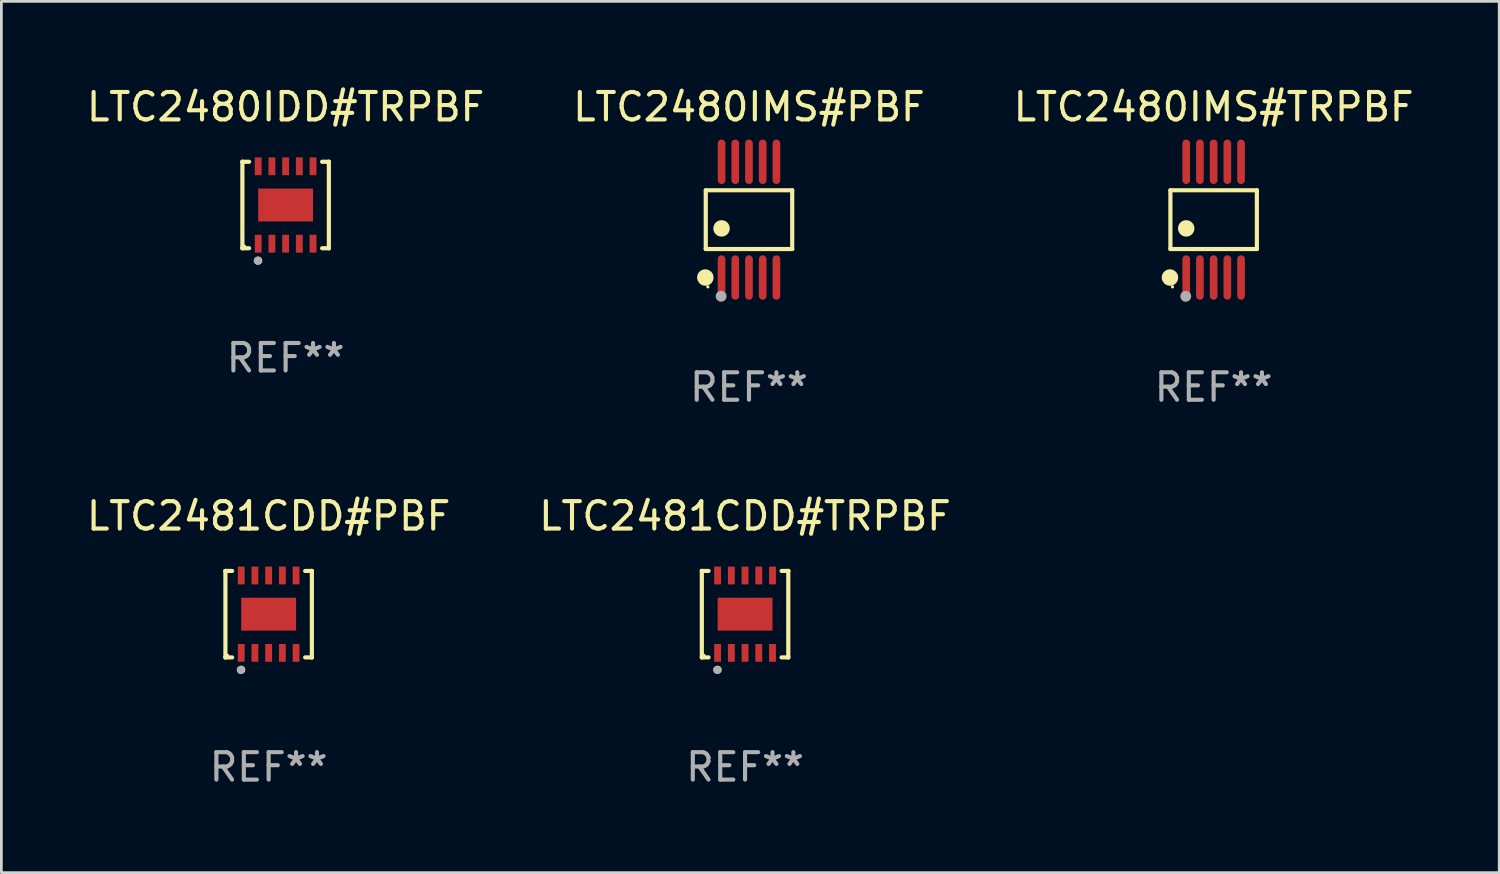
<source format=kicad_pcb>
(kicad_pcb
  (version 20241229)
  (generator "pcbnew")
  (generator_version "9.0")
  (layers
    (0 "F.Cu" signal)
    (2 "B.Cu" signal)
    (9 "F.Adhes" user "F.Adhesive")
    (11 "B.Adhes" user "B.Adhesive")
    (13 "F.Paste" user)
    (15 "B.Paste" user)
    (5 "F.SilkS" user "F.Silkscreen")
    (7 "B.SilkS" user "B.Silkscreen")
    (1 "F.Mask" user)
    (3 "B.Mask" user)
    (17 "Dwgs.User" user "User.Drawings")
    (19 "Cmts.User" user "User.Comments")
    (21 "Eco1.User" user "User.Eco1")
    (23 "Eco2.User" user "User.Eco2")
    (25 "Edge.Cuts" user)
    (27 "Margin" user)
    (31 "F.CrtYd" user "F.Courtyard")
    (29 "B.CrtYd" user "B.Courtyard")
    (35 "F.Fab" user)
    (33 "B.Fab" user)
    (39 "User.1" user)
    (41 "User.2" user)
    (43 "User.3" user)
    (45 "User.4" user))
  (footprint "LTC2481CDD#TRPBF"
    (layer "F.Cu")
    (at 24.113 19.341)
    (property "Reference" "LTC2481CDD#TRPBF" (at 0 -3.576 0) (layer "F.SilkS") (effects (font (size 1 1) (thickness 0.15))))
    (attr through_hole)
    (fp_line (start -1.576 -1.576) (end -1.576 -1.576) (stroke (width 0.152) (type solid)) (layer "F.SilkS"))
    (fp_line (start -1.576 -1.576) (end -1.331 -1.576) (stroke (width 0.152) (type solid)) (layer "F.SilkS"))
    (fp_line (start -1.576 1.576) (end -1.576 -1.576) (stroke (width 0.152) (type solid)) (layer "F.SilkS"))
    (fp_line (start -1.576 1.576) (end -1.576 1.576) (stroke (width 0.152) (type solid)) (layer "F.SilkS"))
    (fp_line (start -1.331 1.576) (end -1.576 1.576) (stroke (width 0.152) (type solid)) (layer "F.SilkS"))
    (fp_line (start 1.331 1.576) (end 1.576 1.576) (stroke (width 0.152) (type solid)) (layer "F.SilkS"))
    (fp_line (start 1.576 -1.576) (end 1.331 -1.576) (stroke (width 0.152) (type solid)) (layer "F.SilkS"))
    (fp_line (start 1.576 -1.576) (end 1.576 -1.576) (stroke (width 0.152) (type solid)) (layer "F.SilkS"))
    (fp_line (start 1.576 1.576) (end 1.576 -1.576) (stroke (width 0.152) (type solid)) (layer "F.SilkS"))
    (fp_line (start 1.576 1.576) (end 1.576 1.576) (stroke (width 0.152) (type solid)) (layer "F.SilkS"))
    (fp_circle (center -1.5 1.5) (end -1.47 1.5) (stroke (width 0.06) (type solid)) (fill no) (layer "F.SilkS"))
    (fp_circle (center -1 2.028) (end -0.925 2.028) (stroke (width 0.15) (type solid)) (fill no) (layer "F.SilkS"))
    (fp_circle (center -1.016 2.032) (end -0.941 2.032) (stroke (width 0.15) (type solid)) (fill no) (layer "F.Fab"))
    (fp_text user "REF**" (at 0 5.576 0) (layer "F.Fab") (effects (font (size 1 1) (thickness 0.15))))
    (pad "1" smd rect (at -1 1.411) (size 0.25 0.65) (layers "F.Cu" "F.Mask" "F.Paste"))
    (pad "2" smd rect (at -0.5 1.411) (size 0.25 0.65) (layers "F.Cu" "F.Mask" "F.Paste"))
    (pad "3" smd rect (at 0 1.411) (size 0.25 0.65) (layers "F.Cu" "F.Mask" "F.Paste"))
    (pad "4" smd rect (at 0.5 1.411) (size 0.25 0.65) (layers "F.Cu" "F.Mask" "F.Paste"))
    (pad "5" smd rect (at 1 1.411) (size 0.25 0.65) (layers "F.Cu" "F.Mask" "F.Paste"))
    (pad "6" smd rect (at 1 -1.411) (size 0.25 0.65) (layers "F.Cu" "F.Mask" "F.Paste"))
    (pad "7" smd rect (at 0.5 -1.411) (size 0.25 0.65) (layers "F.Cu" "F.Mask" "F.Paste"))
    (pad "8" smd rect (at 0 -1.411) (size 0.25 0.65) (layers "F.Cu" "F.Mask" "F.Paste"))
    (pad "9" smd rect (at -0.5 -1.411) (size 0.25 0.65) (layers "F.Cu" "F.Mask" "F.Paste"))
    (pad "10" smd rect (at -1 -1.411) (size 0.25 0.65) (layers "F.Cu" "F.Mask" "F.Paste"))
    (pad "11" smd rect (at 0 0) (size 2 1.2) (layers "F.Cu" "F.Mask" "F.Paste")))
  (footprint "LTC2480IDD#TRPBF"
    (layer "F.Cu")
    (at 7.363 4.424)
    (property "Reference" "LTC2480IDD#TRPBF" (at 0 -3.576 0) (layer "F.SilkS") (effects (font (size 1 1) (thickness 0.15))))
    (attr through_hole)
    (fp_line (start -1.576 -1.576) (end -1.576 -1.576) (stroke (width 0.152) (type solid)) (layer "F.SilkS"))
    (fp_line (start -1.576 -1.576) (end -1.331 -1.576) (stroke (width 0.152) (type solid)) (layer "F.SilkS"))
    (fp_line (start -1.576 1.576) (end -1.576 -1.576) (stroke (width 0.152) (type solid)) (layer "F.SilkS"))
    (fp_line (start -1.576 1.576) (end -1.576 1.576) (stroke (width 0.152) (type solid)) (layer "F.SilkS"))
    (fp_line (start -1.331 1.576) (end -1.576 1.576) (stroke (width 0.152) (type solid)) (layer "F.SilkS"))
    (fp_line (start 1.331 1.576) (end 1.576 1.576) (stroke (width 0.152) (type solid)) (layer "F.SilkS"))
    (fp_line (start 1.576 -1.576) (end 1.331 -1.576) (stroke (width 0.152) (type solid)) (layer "F.SilkS"))
    (fp_line (start 1.576 -1.576) (end 1.576 -1.576) (stroke (width 0.152) (type solid)) (layer "F.SilkS"))
    (fp_line (start 1.576 1.576) (end 1.576 -1.576) (stroke (width 0.152) (type solid)) (layer "F.SilkS"))
    (fp_line (start 1.576 1.576) (end 1.576 1.576) (stroke (width 0.152) (type solid)) (layer "F.SilkS"))
    (fp_circle (center -1.5 1.5) (end -1.47 1.5) (stroke (width 0.06) (type solid)) (fill no) (layer "F.SilkS"))
    (fp_circle (center -1 2.028) (end -0.925 2.028) (stroke (width 0.15) (type solid)) (fill no) (layer "F.SilkS"))
    (fp_circle (center -1.016 2.032) (end -0.941 2.032) (stroke (width 0.15) (type solid)) (fill no) (layer "F.Fab"))
    (fp_text user "REF**" (at 0 5.576 0) (layer "F.Fab") (effects (font (size 1 1) (thickness 0.15))))
    (pad "1" smd rect (at -1 1.411) (size 0.25 0.65) (layers "F.Cu" "F.Mask" "F.Paste"))
    (pad "2" smd rect (at -0.5 1.411) (size 0.25 0.65) (layers "F.Cu" "F.Mask" "F.Paste"))
    (pad "3" smd rect (at 0 1.411) (size 0.25 0.65) (layers "F.Cu" "F.Mask" "F.Paste"))
    (pad "4" smd rect (at 0.5 1.411) (size 0.25 0.65) (layers "F.Cu" "F.Mask" "F.Paste"))
    (pad "5" smd rect (at 1 1.411) (size 0.25 0.65) (layers "F.Cu" "F.Mask" "F.Paste"))
    (pad "6" smd rect (at 1 -1.411) (size 0.25 0.65) (layers "F.Cu" "F.Mask" "F.Paste"))
    (pad "7" smd rect (at 0.5 -1.411) (size 0.25 0.65) (layers "F.Cu" "F.Mask" "F.Paste"))
    (pad "8" smd rect (at 0 -1.411) (size 0.25 0.65) (layers "F.Cu" "F.Mask" "F.Paste"))
    (pad "9" smd rect (at -0.5 -1.411) (size 0.25 0.65) (layers "F.Cu" "F.Mask" "F.Paste"))
    (pad "10" smd rect (at -1 -1.411) (size 0.25 0.65) (layers "F.Cu" "F.Mask" "F.Paste"))
    (pad "11" smd rect (at 0 0) (size 2 1.2) (layers "F.Cu" "F.Mask" "F.Paste")))
  (footprint "LTC2480IMS#TRPBF"
    (layer "F.Cu")
    (at 41.196 4.958)
    (property "Reference" "LTC2480IMS#TRPBF" (at 0 -4.11 0) (layer "F.SilkS") (effects (font (size 1 1) (thickness 0.15))))
    (attr through_hole)
    (fp_line (start -1.576 -1.071) (end 1.576 -1.071) (stroke (width 0.152) (type solid)) (layer "F.SilkS"))
    (fp_line (start -1.576 1.071) (end -1.576 -1.071) (stroke (width 0.152) (type solid)) (layer "F.SilkS"))
    (fp_line (start 1.576 -1.071) (end 1.576 1.071) (stroke (width 0.152) (type solid)) (layer "F.SilkS"))
    (fp_line (start 1.576 1.071) (end -1.576 1.071) (stroke (width 0.152) (type solid)) (layer "F.SilkS"))
    (fp_circle (center -1.592 2.11) (end -1.442 2.11) (stroke (width 0.3) (type solid)) (fill no) (layer "F.SilkS"))
    (fp_circle (center -1.5 2.45) (end -1.47 2.45) (stroke (width 0.06) (type solid)) (fill no) (layer "F.SilkS"))
    (fp_circle (center -1 0.319) (end -0.85 0.319) (stroke (width 0.3) (type solid)) (fill no) (layer "F.SilkS"))
    (fp_circle (center -1.016 2.794) (end -0.916 2.794) (stroke (width 0.2) (type solid)) (fill no) (layer "F.Fab"))
    (fp_text user "REF**" (at 0 6.11 0) (layer "F.Fab") (effects (font (size 1 1) (thickness 0.15))))
    (pad "1" smd oval (at -1 2.11) (size 0.28 1.62) (layers "F.Cu" "F.Mask" "F.Paste"))
    (pad "2" smd oval (at -0.5 2.11) (size 0.28 1.62) (layers "F.Cu" "F.Mask" "F.Paste"))
    (pad "3" smd oval (at 0 2.11) (size 0.28 1.62) (layers "F.Cu" "F.Mask" "F.Paste"))
    (pad "4" smd oval (at 0.5 2.11) (size 0.28 1.62) (layers "F.Cu" "F.Mask" "F.Paste"))
    (pad "5" smd oval (at 1 2.11) (size 0.28 1.62) (layers "F.Cu" "F.Mask" "F.Paste"))
    (pad "6" smd oval (at 1 -2.11) (size 0.28 1.62) (layers "F.Cu" "F.Mask" "F.Paste"))
    (pad "7" smd oval (at 0.5 -2.11) (size 0.28 1.62) (layers "F.Cu" "F.Mask" "F.Paste"))
    (pad "8" smd oval (at 0 -2.11) (size 0.28 1.62) (layers "F.Cu" "F.Mask" "F.Paste"))
    (pad "9" smd oval (at -0.5 -2.11) (size 0.28 1.62) (layers "F.Cu" "F.Mask" "F.Paste"))
    (pad "10" smd oval (at -1 -2.11) (size 0.28 1.62) (layers "F.Cu" "F.Mask" "F.Paste")))
  (footprint "LTC2481CDD#PBF"
    (layer "F.Cu")
    (at 6.744 19.341)
    (property "Reference" "LTC2481CDD#PBF" (at 0 -3.576 0) (layer "F.SilkS") (effects (font (size 1 1) (thickness 0.15))))
    (attr through_hole)
    (fp_line (start -1.576 -1.576) (end -1.576 -1.576) (stroke (width 0.152) (type solid)) (layer "F.SilkS"))
    (fp_line (start -1.576 -1.576) (end -1.331 -1.576) (stroke (width 0.152) (type solid)) (layer "F.SilkS"))
    (fp_line (start -1.576 1.576) (end -1.576 -1.576) (stroke (width 0.152) (type solid)) (layer "F.SilkS"))
    (fp_line (start -1.576 1.576) (end -1.576 1.576) (stroke (width 0.152) (type solid)) (layer "F.SilkS"))
    (fp_line (start -1.331 1.576) (end -1.576 1.576) (stroke (width 0.152) (type solid)) (layer "F.SilkS"))
    (fp_line (start 1.331 1.576) (end 1.576 1.576) (stroke (width 0.152) (type solid)) (layer "F.SilkS"))
    (fp_line (start 1.576 -1.576) (end 1.331 -1.576) (stroke (width 0.152) (type solid)) (layer "F.SilkS"))
    (fp_line (start 1.576 -1.576) (end 1.576 -1.576) (stroke (width 0.152) (type solid)) (layer "F.SilkS"))
    (fp_line (start 1.576 1.576) (end 1.576 -1.576) (stroke (width 0.152) (type solid)) (layer "F.SilkS"))
    (fp_line (start 1.576 1.576) (end 1.576 1.576) (stroke (width 0.152) (type solid)) (layer "F.SilkS"))
    (fp_circle (center -1.5 1.5) (end -1.47 1.5) (stroke (width 0.06) (type solid)) (fill no) (layer "F.SilkS"))
    (fp_circle (center -1 2.028) (end -0.925 2.028) (stroke (width 0.15) (type solid)) (fill no) (layer "F.SilkS"))
    (fp_circle (center -1.016 2.032) (end -0.941 2.032) (stroke (width 0.15) (type solid)) (fill no) (layer "F.Fab"))
    (fp_text user "REF**" (at 0 5.576 0) (layer "F.Fab") (effects (font (size 1 1) (thickness 0.15))))
    (pad "1" smd rect (at -1 1.411) (size 0.25 0.65) (layers "F.Cu" "F.Mask" "F.Paste"))
    (pad "2" smd rect (at -0.5 1.411) (size 0.25 0.65) (layers "F.Cu" "F.Mask" "F.Paste"))
    (pad "3" smd rect (at 0 1.411) (size 0.25 0.65) (layers "F.Cu" "F.Mask" "F.Paste"))
    (pad "4" smd rect (at 0.5 1.411) (size 0.25 0.65) (layers "F.Cu" "F.Mask" "F.Paste"))
    (pad "5" smd rect (at 1 1.411) (size 0.25 0.65) (layers "F.Cu" "F.Mask" "F.Paste"))
    (pad "6" smd rect (at 1 -1.411) (size 0.25 0.65) (layers "F.Cu" "F.Mask" "F.Paste"))
    (pad "7" smd rect (at 0.5 -1.411) (size 0.25 0.65) (layers "F.Cu" "F.Mask" "F.Paste"))
    (pad "8" smd rect (at 0 -1.411) (size 0.25 0.65) (layers "F.Cu" "F.Mask" "F.Paste"))
    (pad "9" smd rect (at -0.5 -1.411) (size 0.25 0.65) (layers "F.Cu" "F.Mask" "F.Paste"))
    (pad "10" smd rect (at -1 -1.411) (size 0.25 0.65) (layers "F.Cu" "F.Mask" "F.Paste"))
    (pad "11" smd rect (at 0 0) (size 2 1.2) (layers "F.Cu" "F.Mask" "F.Paste")))
  (footprint "LTC2480IMS#PBF"
    (layer "F.Cu")
    (at 24.256 4.958)
    (property "Reference" "LTC2480IMS#PBF" (at 0 -4.11 0) (layer "F.SilkS") (effects (font (size 1 1) (thickness 0.15))))
    (attr through_hole)
    (fp_line (start -1.576 -1.071) (end 1.576 -1.071) (stroke (width 0.152) (type solid)) (layer "F.SilkS"))
    (fp_line (start -1.576 1.071) (end -1.576 -1.071) (stroke (width 0.152) (type solid)) (layer "F.SilkS"))
    (fp_line (start 1.576 -1.071) (end 1.576 1.071) (stroke (width 0.152) (type solid)) (layer "F.SilkS"))
    (fp_line (start 1.576 1.071) (end -1.576 1.071) (stroke (width 0.152) (type solid)) (layer "F.SilkS"))
    (fp_circle (center -1.592 2.11) (end -1.442 2.11) (stroke (width 0.3) (type solid)) (fill no) (layer "F.SilkS"))
    (fp_circle (center -1.5 2.45) (end -1.47 2.45) (stroke (width 0.06) (type solid)) (fill no) (layer "F.SilkS"))
    (fp_circle (center -1 0.319) (end -0.85 0.319) (stroke (width 0.3) (type solid)) (fill no) (layer "F.SilkS"))
    (fp_circle (center -1.016 2.794) (end -0.916 2.794) (stroke (width 0.2) (type solid)) (fill no) (layer "F.Fab"))
    (fp_text user "REF**" (at 0 6.11 0) (layer "F.Fab") (effects (font (size 1 1) (thickness 0.15))))
    (pad "1" smd oval (at -1 2.11) (size 0.28 1.62) (layers "F.Cu" "F.Mask" "F.Paste"))
    (pad "2" smd oval (at -0.5 2.11) (size 0.28 1.62) (layers "F.Cu" "F.Mask" "F.Paste"))
    (pad "3" smd oval (at 0 2.11) (size 0.28 1.62) (layers "F.Cu" "F.Mask" "F.Paste"))
    (pad "4" smd oval (at 0.5 2.11) (size 0.28 1.62) (layers "F.Cu" "F.Mask" "F.Paste"))
    (pad "5" smd oval (at 1 2.11) (size 0.28 1.62) (layers "F.Cu" "F.Mask" "F.Paste"))
    (pad "6" smd oval (at 1 -2.11) (size 0.28 1.62) (layers "F.Cu" "F.Mask" "F.Paste"))
    (pad "7" smd oval (at 0.5 -2.11) (size 0.28 1.62) (layers "F.Cu" "F.Mask" "F.Paste"))
    (pad "8" smd oval (at 0 -2.11) (size 0.28 1.62) (layers "F.Cu" "F.Mask" "F.Paste"))
    (pad "9" smd oval (at -0.5 -2.11) (size 0.28 1.62) (layers "F.Cu" "F.Mask" "F.Paste"))
    (pad "10" smd oval (at -1 -2.11) (size 0.28 1.62) (layers "F.Cu" "F.Mask" "F.Paste")))
  (gr_rect
    (start -3 -3)
    (end 51.607 28.765)
    (stroke (width 0.1) (type default))
    (fill no)
    (layer "Edge.Cuts")))
</source>
